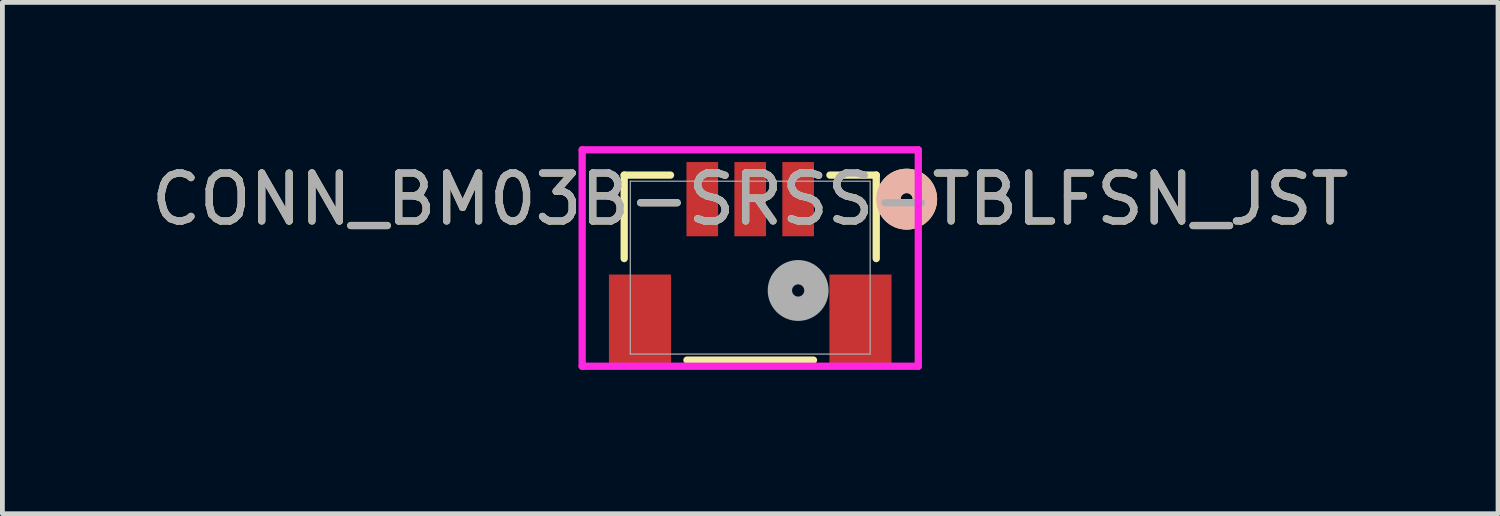
<source format=kicad_pcb>
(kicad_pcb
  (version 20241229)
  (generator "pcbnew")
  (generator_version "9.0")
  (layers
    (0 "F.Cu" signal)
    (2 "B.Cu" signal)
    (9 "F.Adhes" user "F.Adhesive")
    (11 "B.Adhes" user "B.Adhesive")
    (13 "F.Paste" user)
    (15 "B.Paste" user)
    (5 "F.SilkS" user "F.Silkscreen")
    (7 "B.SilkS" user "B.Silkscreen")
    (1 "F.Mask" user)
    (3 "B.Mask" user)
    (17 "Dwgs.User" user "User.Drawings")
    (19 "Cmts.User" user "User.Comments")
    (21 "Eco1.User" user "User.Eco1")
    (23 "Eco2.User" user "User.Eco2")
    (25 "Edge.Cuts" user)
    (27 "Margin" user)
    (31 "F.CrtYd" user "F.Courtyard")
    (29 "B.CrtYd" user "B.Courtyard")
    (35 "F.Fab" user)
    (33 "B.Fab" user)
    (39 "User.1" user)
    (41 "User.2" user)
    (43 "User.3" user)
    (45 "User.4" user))
  (footprint "CONN_BM03B-SRSS-TBLFSN_JST"
    (layer "F.Cu")
    (at 12.601 2.533)
    (property "Reference" "CONN_BM03B-SRSS-TBLFSN_JST" (at 0 -1.428 0) (unlocked yes) (layer "F.SilkS") (effects (font (size 1 1) (thickness 0.15))))
    (attr smd)
    (fp_line (start -2.629 -1.93) (end -2.629 -0.189) (stroke (width 0.152) (type solid)) (layer "F.SilkS"))
    (fp_line (start -1.663 -1.93) (end -2.629 -1.93) (stroke (width 0.152) (type solid)) (layer "F.SilkS"))
    (fp_line (start -1.32 1.93) (end 1.32 1.93) (stroke (width 0.152) (type solid)) (layer "F.SilkS"))
    (fp_line (start 2.629 -1.93) (end 1.663 -1.93) (stroke (width 0.152) (type solid)) (layer "F.SilkS"))
    (fp_line (start 2.629 -0.189) (end 2.629 -1.93) (stroke (width 0.152) (type solid)) (layer "F.SilkS"))
    (fp_circle (center 3.264 -1.428) (end 3.645 -1.428) (stroke (width 0.508) (type solid)) (fill no) (layer "F.SilkS"))
    (fp_circle (center 3.264 -1.428) (end 3.645 -1.428) (stroke (width 0.508) (type solid)) (fill no) (layer "B.SilkS"))
    (fp_line (start -3.506 -2.457) (end -3.506 2.057) (stroke (width 0.152) (type solid)) (layer "F.CrtYd"))
    (fp_line (start -3.506 2.057) (end 3.506 2.057) (stroke (width 0.152) (type solid)) (layer "F.CrtYd"))
    (fp_line (start 3.506 -2.457) (end -3.506 -2.457) (stroke (width 0.152) (type solid)) (layer "F.CrtYd"))
    (fp_line (start 3.506 2.057) (end 3.506 -2.457) (stroke (width 0.152) (type solid)) (layer "F.CrtYd"))
    (fp_line (start -2.502 -1.803) (end -2.502 1.803) (stroke (width 0.025) (type solid)) (layer "F.Fab"))
    (fp_line (start -2.502 1.803) (end 2.502 1.803) (stroke (width 0.025) (type solid)) (layer "F.Fab"))
    (fp_line (start 2.502 -1.803) (end -2.502 -1.803) (stroke (width 0.025) (type solid)) (layer "F.Fab"))
    (fp_line (start 2.502 1.803) (end 2.502 -1.803) (stroke (width 0.025) (type solid)) (layer "F.Fab"))
    (fp_circle (center 1 0.477) (end 1.381 0.477) (stroke (width 0.508) (type solid)) (fill no) (layer "F.Fab"))
    (fp_text user "${REFERENCE}" (at 0 -1.428 0) (unlocked yes) (layer "F.Fab") (effects (font (size 1 1) (thickness 0.15))))
    (pad "1" smd rect (at 1 -1.428) (size 0.66 1.549) (layers "F.Cu" "F.Mask" "F.Paste"))
    (pad "2" smd rect (at 0 -1.428) (size 0.66 1.549) (layers "F.Cu" "F.Mask" "F.Paste"))
    (pad "3" smd rect (at -1 -1.428) (size 0.66 1.549) (layers "F.Cu" "F.Mask" "F.Paste"))
    (pad "4" smd rect (at -2.3 1.097 90) (size 1.905 1.295) (layers "F.Cu" "F.Mask" "F.Paste"))
    (pad "5" smd rect (at 2.3 1.097 90) (size 1.905 1.295) (layers "F.Cu" "F.Mask" "F.Paste")))
  (gr_rect
    (start -3 -3)
    (end 28.202 7.667)
    (stroke (width 0.1) (type default))
    (fill no)
    (layer "Edge.Cuts")))
</source>
